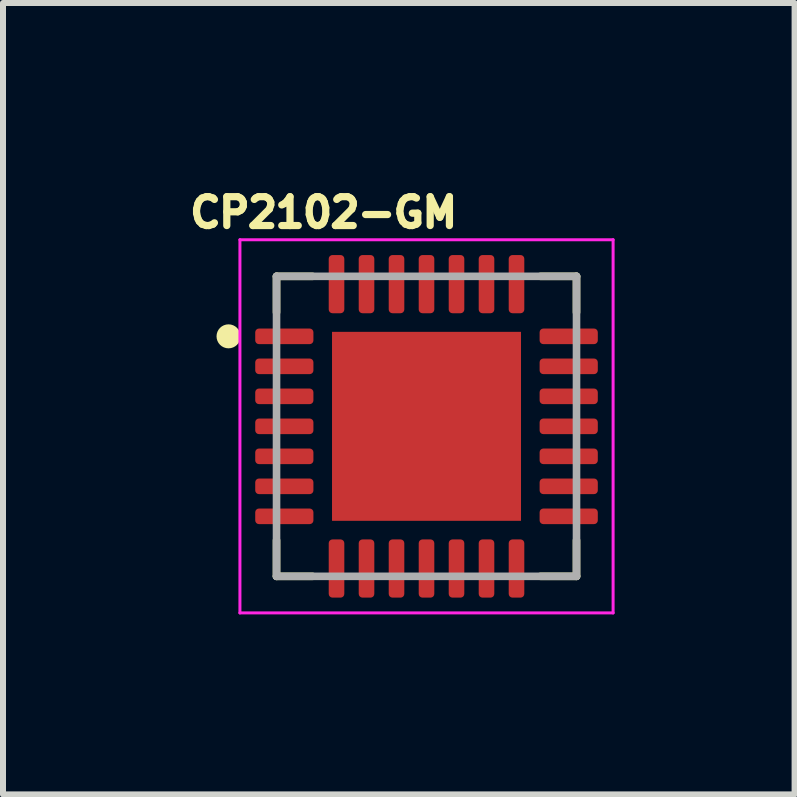
<source format=kicad_pcb>
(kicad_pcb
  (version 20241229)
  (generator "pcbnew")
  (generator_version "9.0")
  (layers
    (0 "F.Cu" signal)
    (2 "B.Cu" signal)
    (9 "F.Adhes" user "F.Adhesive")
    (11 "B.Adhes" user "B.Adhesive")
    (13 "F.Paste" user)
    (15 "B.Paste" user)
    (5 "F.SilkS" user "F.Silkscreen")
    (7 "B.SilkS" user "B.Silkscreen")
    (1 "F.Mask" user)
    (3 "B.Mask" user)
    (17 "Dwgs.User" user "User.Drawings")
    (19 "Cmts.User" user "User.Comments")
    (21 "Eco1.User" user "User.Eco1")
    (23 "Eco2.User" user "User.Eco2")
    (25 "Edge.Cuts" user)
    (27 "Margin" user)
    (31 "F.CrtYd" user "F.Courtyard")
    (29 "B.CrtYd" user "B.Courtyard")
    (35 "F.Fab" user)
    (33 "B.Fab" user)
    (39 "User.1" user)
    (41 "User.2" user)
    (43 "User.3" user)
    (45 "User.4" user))
  (footprint "CP2102-GM"
    (layer "F.Cu")
    (at 4.059 4.056)
    (property "Reference" "CP2102-GM" (at -1.714 -3.563 0) (layer "F.SilkS") (effects (font (size 0.481 0.481) (thickness 0.15))))
    (attr smd)
    (fp_line (start -2.5 -2.5) (end -1.9 -2.5) (stroke (width 0.127) (type solid)) (layer "F.SilkS"))
    (fp_line (start -2.5 -1.9) (end -2.5 -2.5) (stroke (width 0.127) (type solid)) (layer "F.SilkS"))
    (fp_line (start -2.5 2.5) (end -2.5 1.9) (stroke (width 0.127) (type solid)) (layer "F.SilkS"))
    (fp_line (start -1.9 2.5) (end -2.5 2.5) (stroke (width 0.127) (type solid)) (layer "F.SilkS"))
    (fp_line (start 1.9 -2.5) (end 2.5 -2.5) (stroke (width 0.127) (type solid)) (layer "F.SilkS"))
    (fp_line (start 2.5 -2.5) (end 2.5 -1.9) (stroke (width 0.127) (type solid)) (layer "F.SilkS"))
    (fp_line (start 2.5 1.9) (end 2.5 2.5) (stroke (width 0.127) (type solid)) (layer "F.SilkS"))
    (fp_line (start 2.5 2.5) (end 1.9 2.5) (stroke (width 0.127) (type solid)) (layer "F.SilkS"))
    (fp_circle (center -3.3 -1.5) (end -3.2 -1.5) (stroke (width 0.2) (type solid)) (fill no) (layer "F.SilkS"))
    (fp_poly (pts (xy -0.991 -0.989) (xy 0.989 -0.989) (xy 0.989 0.991) (xy -0.991 0.991)) (stroke (width 0.01) (type solid)) (fill yes) (layer "F.Paste"))
    (fp_line (start -3.11 -3.11) (end 3.11 -3.11) (stroke (width 0.05) (type solid)) (layer "F.CrtYd"))
    (fp_line (start -3.11 3.11) (end -3.11 -3.11) (stroke (width 0.05) (type solid)) (layer "F.CrtYd"))
    (fp_line (start 3.11 -3.11) (end 3.11 3.11) (stroke (width 0.05) (type solid)) (layer "F.CrtYd"))
    (fp_line (start 3.11 3.11) (end -3.11 3.11) (stroke (width 0.05) (type solid)) (layer "F.CrtYd"))
    (fp_line (start -2.5 -2.5) (end 2.5 -2.5) (stroke (width 0.127) (type solid)) (layer "F.Fab"))
    (fp_line (start -2.5 2.5) (end -2.5 -2.5) (stroke (width 0.127) (type solid)) (layer "F.Fab"))
    (fp_line (start 2.5 -2.5) (end 2.5 2.5) (stroke (width 0.127) (type solid)) (layer "F.Fab"))
    (fp_line (start 2.5 2.5) (end -2.5 2.5) (stroke (width 0.127) (type solid)) (layer "F.Fab"))
    (pad "1" smd roundrect (at -2.37 -1.5 270) (size 0.26 0.97) (layers "F.Cu" "F.Mask" "F.Paste") (roundrect_rratio 0.24))
    (pad "2" smd roundrect (at -2.37 -1 270) (size 0.26 0.97) (layers "F.Cu" "F.Mask" "F.Paste") (roundrect_rratio 0.24))
    (pad "3" smd roundrect (at -2.37 -0.5 270) (size 0.26 0.97) (layers "F.Cu" "F.Mask" "F.Paste") (roundrect_rratio 0.24))
    (pad "4" smd roundrect (at -2.37 0 270) (size 0.26 0.97) (layers "F.Cu" "F.Mask" "F.Paste") (roundrect_rratio 0.24))
    (pad "5" smd roundrect (at -2.37 0.5 270) (size 0.26 0.97) (layers "F.Cu" "F.Mask" "F.Paste") (roundrect_rratio 0.24))
    (pad "6" smd roundrect (at -2.37 1 270) (size 0.26 0.97) (layers "F.Cu" "F.Mask" "F.Paste") (roundrect_rratio 0.24))
    (pad "7" smd roundrect (at -2.37 1.5 270) (size 0.26 0.97) (layers "F.Cu" "F.Mask" "F.Paste") (roundrect_rratio 0.24))
    (pad "8" smd roundrect (at -1.5 2.37) (size 0.26 0.97) (layers "F.Cu" "F.Mask" "F.Paste") (roundrect_rratio 0.24))
    (pad "9" smd roundrect (at -1 2.37) (size 0.26 0.97) (layers "F.Cu" "F.Mask" "F.Paste") (roundrect_rratio 0.24))
    (pad "10" smd roundrect (at -0.5 2.37) (size 0.26 0.97) (layers "F.Cu" "F.Mask" "F.Paste") (roundrect_rratio 0.24))
    (pad "11" smd roundrect (at 0 2.37) (size 0.26 0.97) (layers "F.Cu" "F.Mask" "F.Paste") (roundrect_rratio 0.24))
    (pad "12" smd roundrect (at 0.5 2.37) (size 0.26 0.97) (layers "F.Cu" "F.Mask" "F.Paste") (roundrect_rratio 0.24))
    (pad "13" smd roundrect (at 1 2.37) (size 0.26 0.97) (layers "F.Cu" "F.Mask" "F.Paste") (roundrect_rratio 0.24))
    (pad "14" smd roundrect (at 1.5 2.37) (size 0.26 0.97) (layers "F.Cu" "F.Mask" "F.Paste") (roundrect_rratio 0.24))
    (pad "15" smd roundrect (at 2.37 1.5 270) (size 0.26 0.97) (layers "F.Cu" "F.Mask" "F.Paste") (roundrect_rratio 0.24))
    (pad "16" smd roundrect (at 2.37 1 270) (size 0.26 0.97) (layers "F.Cu" "F.Mask" "F.Paste") (roundrect_rratio 0.24))
    (pad "17" smd roundrect (at 2.37 0.5 270) (size 0.26 0.97) (layers "F.Cu" "F.Mask" "F.Paste") (roundrect_rratio 0.24))
    (pad "18" smd roundrect (at 2.37 0 270) (size 0.26 0.97) (layers "F.Cu" "F.Mask" "F.Paste") (roundrect_rratio 0.24))
    (pad "19" smd roundrect (at 2.37 -0.5 270) (size 0.26 0.97) (layers "F.Cu" "F.Mask" "F.Paste") (roundrect_rratio 0.24))
    (pad "20" smd roundrect (at 2.37 -1 270) (size 0.26 0.97) (layers "F.Cu" "F.Mask" "F.Paste") (roundrect_rratio 0.24))
    (pad "21" smd roundrect (at 2.37 -1.5 270) (size 0.26 0.97) (layers "F.Cu" "F.Mask" "F.Paste") (roundrect_rratio 0.24))
    (pad "22" smd roundrect (at 1.5 -2.37) (size 0.26 0.97) (layers "F.Cu" "F.Mask" "F.Paste") (roundrect_rratio 0.24))
    (pad "23" smd roundrect (at 1 -2.37) (size 0.26 0.97) (layers "F.Cu" "F.Mask" "F.Paste") (roundrect_rratio 0.24))
    (pad "24" smd roundrect (at 0.5 -2.37) (size 0.26 0.97) (layers "F.Cu" "F.Mask" "F.Paste") (roundrect_rratio 0.24))
    (pad "25" smd roundrect (at 0 -2.37) (size 0.26 0.97) (layers "F.Cu" "F.Mask" "F.Paste") (roundrect_rratio 0.24))
    (pad "26" smd roundrect (at -0.5 -2.37) (size 0.26 0.97) (layers "F.Cu" "F.Mask" "F.Paste") (roundrect_rratio 0.24))
    (pad "27" smd roundrect (at -1 -2.37) (size 0.26 0.97) (layers "F.Cu" "F.Mask" "F.Paste") (roundrect_rratio 0.24))
    (pad "28" smd roundrect (at -1.5 -2.37) (size 0.26 0.97) (layers "F.Cu" "F.Mask" "F.Paste") (roundrect_rratio 0.24))
    (pad "29" smd rect (at 0 0) (size 3.15 3.15) (layers "F.Cu" "F.Mask")))
  (gr_rect
    (start -3 -3)
    (end 10.194 10.191)
    (stroke (width 0.1) (type default))
    (fill no)
    (layer "Edge.Cuts")))
</source>
